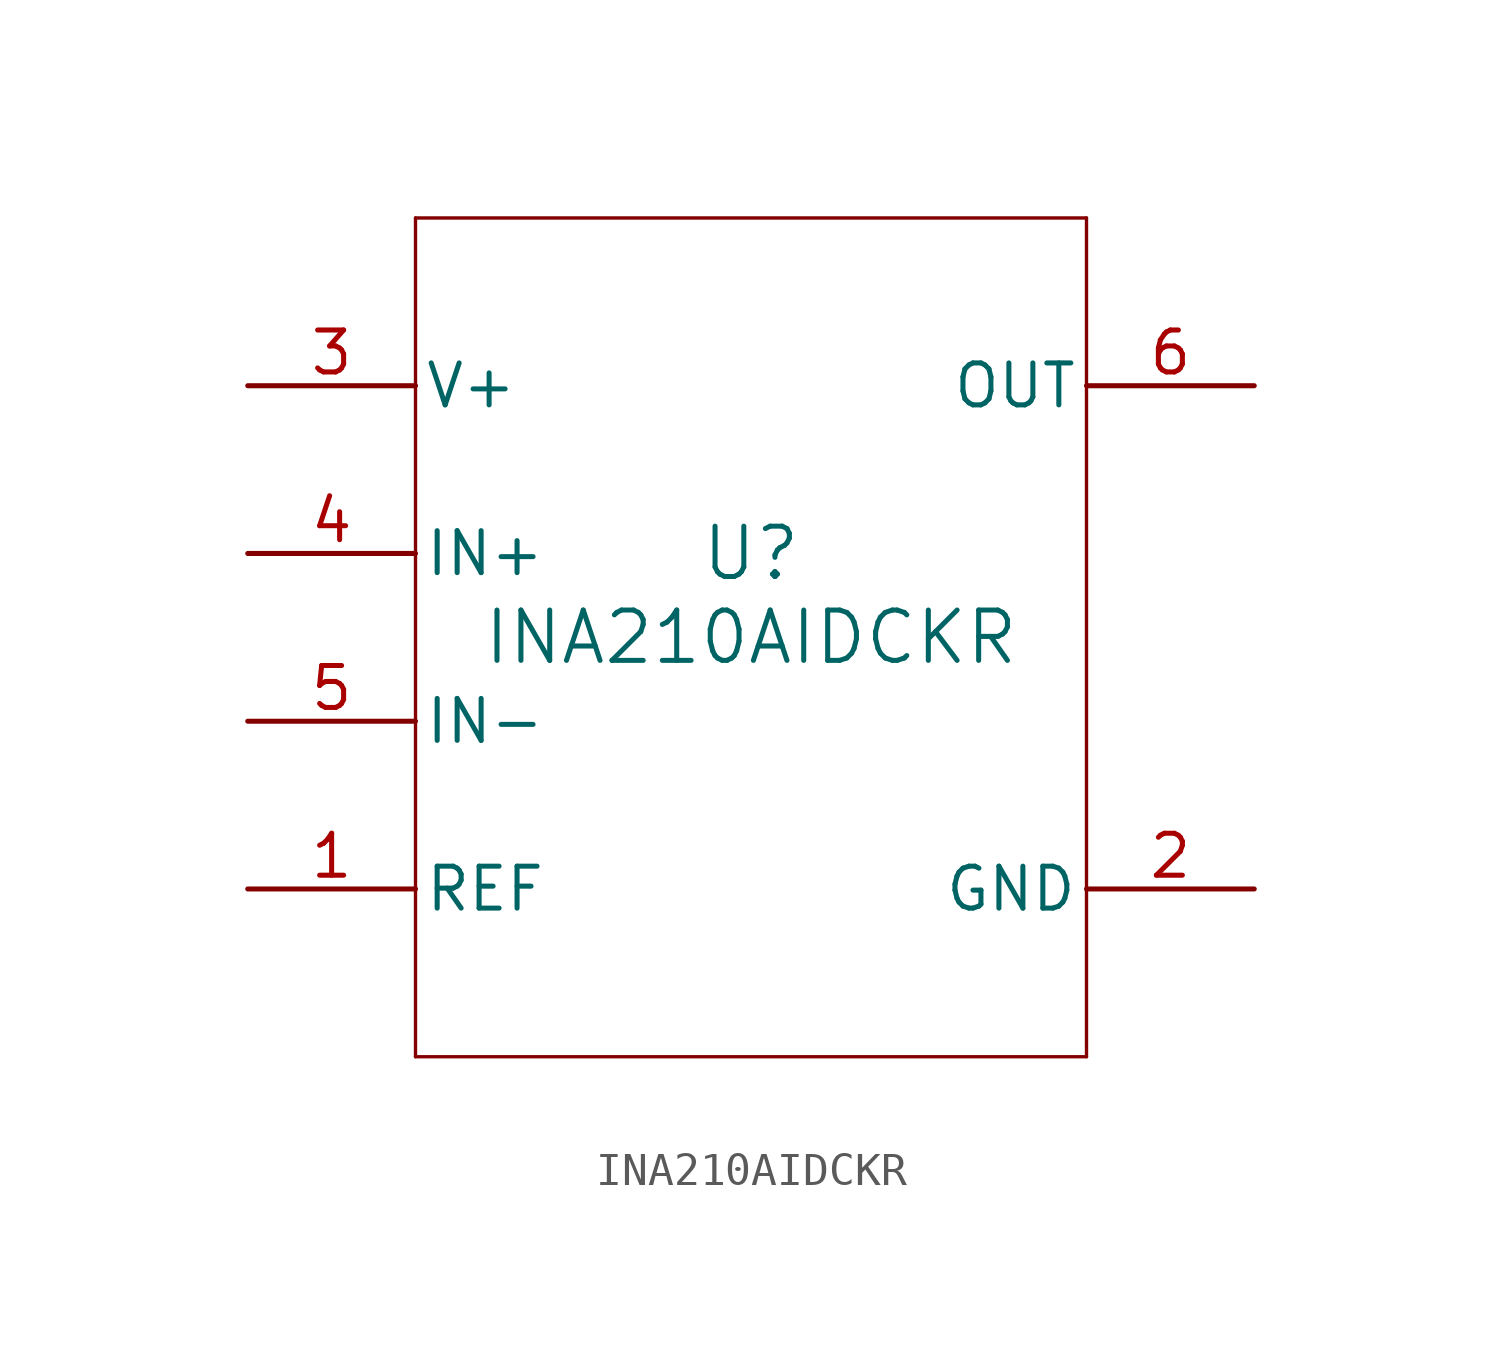
<source format=kicad_sym>
(kicad_symbol_lib
  (version 20231120)
  (generator "kicad_symbol_editor")
  (generator_version "8.0")
  (symbol "INA210AIDCKR"
    (pin_names
      (offset 0.254))
    (property "Reference" "U"
      (at 0 2.54 0)
      (effects (font (size 1.524 1.524))))
    (property "Value" "INA210AIDCKR"
      (at 0 0 0)
      (effects (font (size 1.524 1.524))))
    (symbol "INA210AIDCKR_0_1"
      (polyline (pts (xy -10.16 -12.7) (xy 10.16 -12.7)) (stroke (width 0.102) (type default)) (fill (type none)))
      (polyline (pts (xy -10.16 12.7) (xy -10.16 -12.7)) (stroke (width 0.102) (type default)) (fill (type none)))
      (polyline (pts (xy 10.16 -12.7) (xy 10.16 12.7)) (stroke (width 0.102) (type default)) (fill (type none)))
      (polyline (pts (xy 10.16 12.7) (xy -10.16 12.7)) (stroke (width 0.102) (type default)) (fill (type none)))
      (pin input line (at -15.24 -7.62 0) (length 5.08) (name "REF" (effects (font (size 1.27 1.27)))) (number "1" (effects (font (size 1.27 1.27)))))
      (pin power_in line (at 15.24 -7.62 180) (length 5.08) (name "GND" (effects (font (size 1.27 1.27)))) (number "2" (effects (font (size 1.27 1.27)))))
      (pin power_in line (at -15.24 7.62 0) (length 5.08) (name "V+" (effects (font (size 1.27 1.27)))) (number "3" (effects (font (size 1.27 1.27)))))
      (pin input line (at -15.24 2.54 0) (length 5.08) (name "IN+" (effects (font (size 1.27 1.27)))) (number "4" (effects (font (size 1.27 1.27)))))
      (pin input line (at -15.24 -2.54 0) (length 5.08) (name "IN-" (effects (font (size 1.27 1.27)))) (number "5" (effects (font (size 1.27 1.27)))))
      (pin output line (at 15.24 7.62 180) (length 5.08) (name "OUT" (effects (font (size 1.27 1.27)))) (number "6" (effects (font (size 1.27 1.27))))))))
</source>
